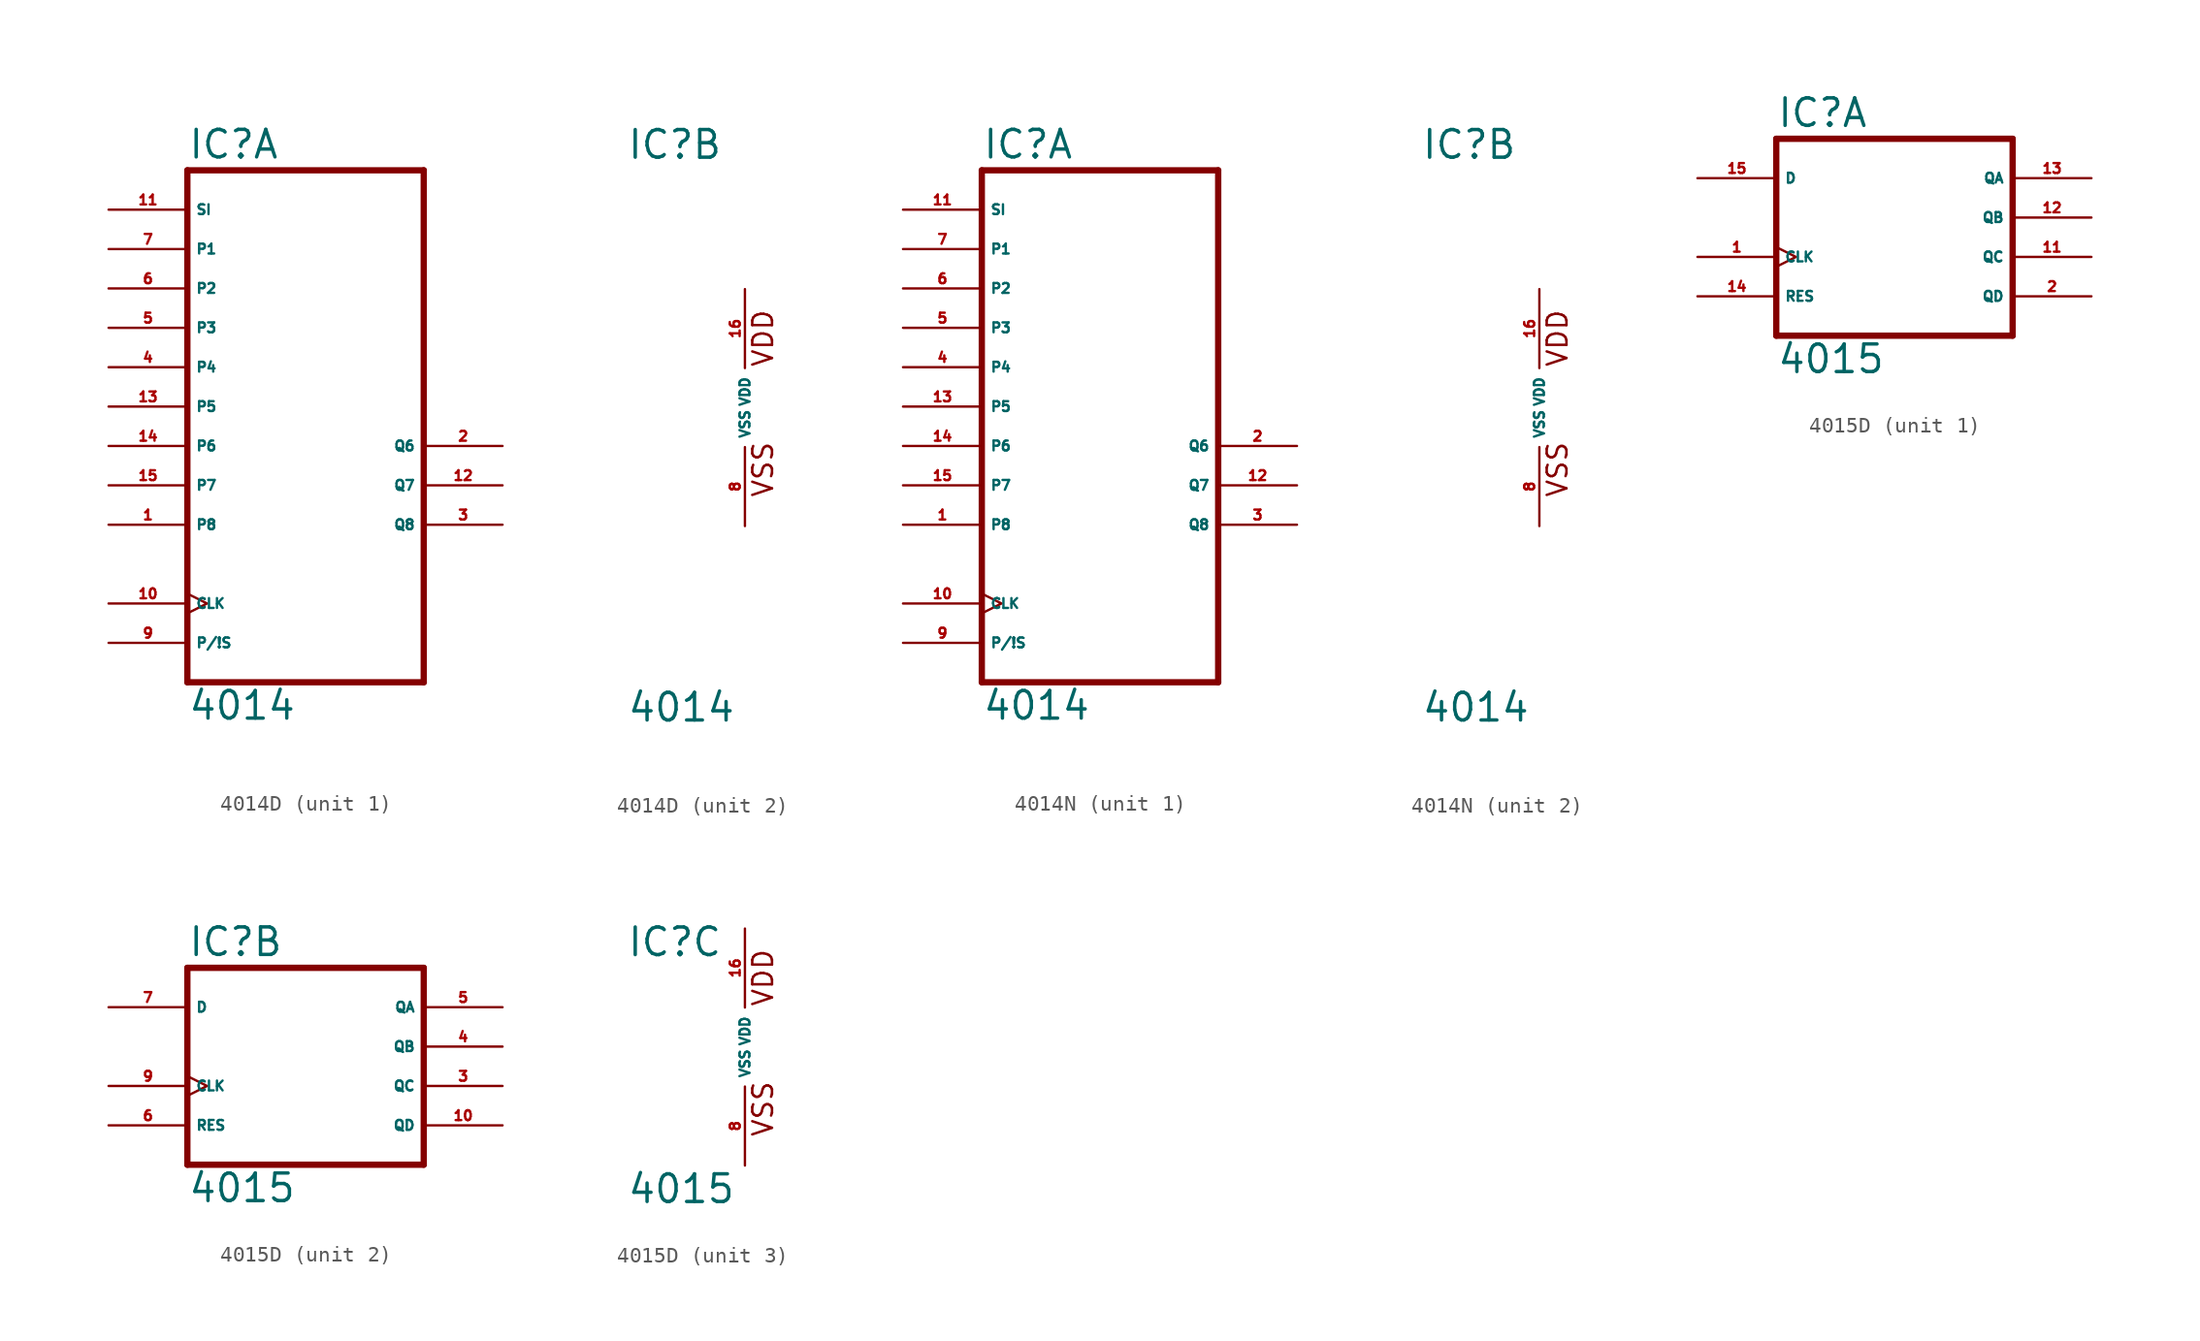
<source format=kicad_sym>
(kicad_symbol_lib
  (version 20220914)
  (generator Eagle2Kicad)
  (symbol "4014D"
    (property "Reference" "IC"
      (at -7.62 15.875 0)
      (effects (font (size 1.778 1.778) (thickness 0.22)) (justify left bottom)))
    (property "Value" "4014"
      (at -7.62 -20.32 0)
      (effects (font (size 1.778 1.778) (thickness 0.22)) (justify left bottom)))
    (symbol "4014D_1_0"
      (polyline (pts (xy -7.62 -17.78) (xy 7.62 -17.78)) (stroke (width 0.406) (type default)) (fill (type none)))
      (polyline (pts (xy 7.62 -17.78) (xy 7.62 15.24)) (stroke (width 0.406) (type default)) (fill (type none)))
      (polyline (pts (xy 7.62 15.24) (xy -7.62 15.24)) (stroke (width 0.406) (type default)) (fill (type none)))
      (polyline (pts (xy -7.62 15.24) (xy -7.62 -17.78)) (stroke (width 0.406) (type default)) (fill (type none)))
      (pin input line (at -12.7 -7.62 0) (length 5.08) (name "P8" (effects (font (size 0.635 0.635) (thickness 0.08)) (justify left bottom))) (number "1" (effects (font (size 0.635 0.635) (thickness 0.08)) (justify left bottom))))
      (pin output line (at 12.7 -2.54 180) (length 5.08) (name "Q6" (effects (font (size 0.635 0.635) (thickness 0.08)) (justify left bottom))) (number "2" (effects (font (size 0.635 0.635) (thickness 0.08)) (justify left bottom))))
      (pin output line (at 12.7 -7.62 180) (length 5.08) (name "Q8" (effects (font (size 0.635 0.635) (thickness 0.08)) (justify left bottom))) (number "3" (effects (font (size 0.635 0.635) (thickness 0.08)) (justify left bottom))))
      (pin input line (at -12.7 2.54 0) (length 5.08) (name "P4" (effects (font (size 0.635 0.635) (thickness 0.08)) (justify left bottom))) (number "4" (effects (font (size 0.635 0.635) (thickness 0.08)) (justify left bottom))))
      (pin input line (at -12.7 5.08 0) (length 5.08) (name "P3" (effects (font (size 0.635 0.635) (thickness 0.08)) (justify left bottom))) (number "5" (effects (font (size 0.635 0.635) (thickness 0.08)) (justify left bottom))))
      (pin input line (at -12.7 7.62 0) (length 5.08) (name "P2" (effects (font (size 0.635 0.635) (thickness 0.08)) (justify left bottom))) (number "6" (effects (font (size 0.635 0.635) (thickness 0.08)) (justify left bottom))))
      (pin input line (at -12.7 10.16 0) (length 5.08) (name "P1" (effects (font (size 0.635 0.635) (thickness 0.08)) (justify left bottom))) (number "7" (effects (font (size 0.635 0.635) (thickness 0.08)) (justify left bottom))))
      (pin input line (at -12.7 -15.24 0) (length 5.08) (name "P/!S" (effects (font (size 0.635 0.635) (thickness 0.08)) (justify left bottom))) (number "9" (effects (font (size 0.635 0.635) (thickness 0.08)) (justify left bottom))))
      (pin input clock (at -12.7 -12.7 0) (length 5.08) (name "CLK" (effects (font (size 0.635 0.635) (thickness 0.08)) (justify left bottom))) (number "10" (effects (font (size 0.635 0.635) (thickness 0.08)) (justify left bottom))))
      (pin input line (at -12.7 12.7 0) (length 5.08) (name "SI" (effects (font (size 0.635 0.635) (thickness 0.08)) (justify left bottom))) (number "11" (effects (font (size 0.635 0.635) (thickness 0.08)) (justify left bottom))))
      (pin output line (at 12.7 -5.08 180) (length 5.08) (name "Q7" (effects (font (size 0.635 0.635) (thickness 0.08)) (justify left bottom))) (number "12" (effects (font (size 0.635 0.635) (thickness 0.08)) (justify left bottom))))
      (pin input line (at -12.7 0 0) (length 5.08) (name "P5" (effects (font (size 0.635 0.635) (thickness 0.08)) (justify left bottom))) (number "13" (effects (font (size 0.635 0.635) (thickness 0.08)) (justify left bottom))))
      (pin input line (at -12.7 -2.54 0) (length 5.08) (name "P6" (effects (font (size 0.635 0.635) (thickness 0.08)) (justify left bottom))) (number "14" (effects (font (size 0.635 0.635) (thickness 0.08)) (justify left bottom))))
      (pin input line (at -12.7 -5.08 0) (length 5.08) (name "P7" (effects (font (size 0.635 0.635) (thickness 0.08)) (justify left bottom))) (number "15" (effects (font (size 0.635 0.635) (thickness 0.08)) (justify left bottom)))))
    (symbol "4014D_2_0"
      (text "VDD" (at 1.905 2.54 900) (effects (font (size 1.27 1.27) (thickness 0.16)) (justify left bottom)))
      (text "VSS" (at 1.905 -5.842 900) (effects (font (size 1.27 1.27) (thickness 0.16)) (justify left bottom)))
      (pin unspecified line (at 0 -7.62 90) (length 5.08) (name "VSS" (effects (font (size 0.635 0.635) (thickness 0.08)) (justify left bottom))) (number "8" (effects (font (size 0.635 0.635) (thickness 0.08)) (justify left bottom))))
      (pin unspecified line (at 0 7.62 270) (length 5.08) (name "VDD" (effects (font (size 0.635 0.635) (thickness 0.08)) (justify left bottom))) (number "16" (effects (font (size 0.635 0.635) (thickness 0.08)) (justify left bottom))))))
  (symbol "4014N"
    (property "Reference" "IC"
      (at -7.62 15.875 0)
      (effects (font (size 1.778 1.778) (thickness 0.22)) (justify left bottom)))
    (property "Value" "4014"
      (at -7.62 -20.32 0)
      (effects (font (size 1.778 1.778) (thickness 0.22)) (justify left bottom)))
    (symbol "4014N_1_0"
      (polyline (pts (xy -7.62 -17.78) (xy 7.62 -17.78)) (stroke (width 0.406) (type default)) (fill (type none)))
      (polyline (pts (xy 7.62 -17.78) (xy 7.62 15.24)) (stroke (width 0.406) (type default)) (fill (type none)))
      (polyline (pts (xy 7.62 15.24) (xy -7.62 15.24)) (stroke (width 0.406) (type default)) (fill (type none)))
      (polyline (pts (xy -7.62 15.24) (xy -7.62 -17.78)) (stroke (width 0.406) (type default)) (fill (type none)))
      (pin input line (at -12.7 -7.62 0) (length 5.08) (name "P8" (effects (font (size 0.635 0.635) (thickness 0.08)) (justify left bottom))) (number "1" (effects (font (size 0.635 0.635) (thickness 0.08)) (justify left bottom))))
      (pin output line (at 12.7 -2.54 180) (length 5.08) (name "Q6" (effects (font (size 0.635 0.635) (thickness 0.08)) (justify left bottom))) (number "2" (effects (font (size 0.635 0.635) (thickness 0.08)) (justify left bottom))))
      (pin output line (at 12.7 -7.62 180) (length 5.08) (name "Q8" (effects (font (size 0.635 0.635) (thickness 0.08)) (justify left bottom))) (number "3" (effects (font (size 0.635 0.635) (thickness 0.08)) (justify left bottom))))
      (pin input line (at -12.7 2.54 0) (length 5.08) (name "P4" (effects (font (size 0.635 0.635) (thickness 0.08)) (justify left bottom))) (number "4" (effects (font (size 0.635 0.635) (thickness 0.08)) (justify left bottom))))
      (pin input line (at -12.7 5.08 0) (length 5.08) (name "P3" (effects (font (size 0.635 0.635) (thickness 0.08)) (justify left bottom))) (number "5" (effects (font (size 0.635 0.635) (thickness 0.08)) (justify left bottom))))
      (pin input line (at -12.7 7.62 0) (length 5.08) (name "P2" (effects (font (size 0.635 0.635) (thickness 0.08)) (justify left bottom))) (number "6" (effects (font (size 0.635 0.635) (thickness 0.08)) (justify left bottom))))
      (pin input line (at -12.7 10.16 0) (length 5.08) (name "P1" (effects (font (size 0.635 0.635) (thickness 0.08)) (justify left bottom))) (number "7" (effects (font (size 0.635 0.635) (thickness 0.08)) (justify left bottom))))
      (pin input line (at -12.7 -15.24 0) (length 5.08) (name "P/!S" (effects (font (size 0.635 0.635) (thickness 0.08)) (justify left bottom))) (number "9" (effects (font (size 0.635 0.635) (thickness 0.08)) (justify left bottom))))
      (pin input clock (at -12.7 -12.7 0) (length 5.08) (name "CLK" (effects (font (size 0.635 0.635) (thickness 0.08)) (justify left bottom))) (number "10" (effects (font (size 0.635 0.635) (thickness 0.08)) (justify left bottom))))
      (pin input line (at -12.7 12.7 0) (length 5.08) (name "SI" (effects (font (size 0.635 0.635) (thickness 0.08)) (justify left bottom))) (number "11" (effects (font (size 0.635 0.635) (thickness 0.08)) (justify left bottom))))
      (pin output line (at 12.7 -5.08 180) (length 5.08) (name "Q7" (effects (font (size 0.635 0.635) (thickness 0.08)) (justify left bottom))) (number "12" (effects (font (size 0.635 0.635) (thickness 0.08)) (justify left bottom))))
      (pin input line (at -12.7 0 0) (length 5.08) (name "P5" (effects (font (size 0.635 0.635) (thickness 0.08)) (justify left bottom))) (number "13" (effects (font (size 0.635 0.635) (thickness 0.08)) (justify left bottom))))
      (pin input line (at -12.7 -2.54 0) (length 5.08) (name "P6" (effects (font (size 0.635 0.635) (thickness 0.08)) (justify left bottom))) (number "14" (effects (font (size 0.635 0.635) (thickness 0.08)) (justify left bottom))))
      (pin input line (at -12.7 -5.08 0) (length 5.08) (name "P7" (effects (font (size 0.635 0.635) (thickness 0.08)) (justify left bottom))) (number "15" (effects (font (size 0.635 0.635) (thickness 0.08)) (justify left bottom)))))
    (symbol "4014N_2_0"
      (text "VDD" (at 1.905 2.54 900) (effects (font (size 1.27 1.27) (thickness 0.16)) (justify left bottom)))
      (text "VSS" (at 1.905 -5.842 900) (effects (font (size 1.27 1.27) (thickness 0.16)) (justify left bottom)))
      (pin unspecified line (at 0 -7.62 90) (length 5.08) (name "VSS" (effects (font (size 0.635 0.635) (thickness 0.08)) (justify left bottom))) (number "8" (effects (font (size 0.635 0.635) (thickness 0.08)) (justify left bottom))))
      (pin unspecified line (at 0 7.62 270) (length 5.08) (name "VDD" (effects (font (size 0.635 0.635) (thickness 0.08)) (justify left bottom))) (number "16" (effects (font (size 0.635 0.635) (thickness 0.08)) (justify left bottom))))))
  (symbol "4015D"
    (property "Reference" "IC"
      (at -7.62 5.715 0)
      (effects (font (size 1.778 1.778) (thickness 0.22)) (justify left bottom)))
    (property "Value" "4015"
      (at -7.62 -10.16 0)
      (effects (font (size 1.778 1.778) (thickness 0.22)) (justify left bottom)))
    (symbol "4015D_1_0"
      (polyline (pts (xy -7.62 -7.62) (xy 7.62 -7.62)) (stroke (width 0.406) (type default)) (fill (type none)))
      (polyline (pts (xy 7.62 -7.62) (xy 7.62 5.08)) (stroke (width 0.406) (type default)) (fill (type none)))
      (polyline (pts (xy 7.62 5.08) (xy -7.62 5.08)) (stroke (width 0.406) (type default)) (fill (type none)))
      (polyline (pts (xy -7.62 5.08) (xy -7.62 -7.62)) (stroke (width 0.406) (type default)) (fill (type none)))
      (pin input clock (at -12.7 -2.54 0) (length 5.08) (name "CLK" (effects (font (size 0.635 0.635) (thickness 0.08)) (justify left bottom))) (number "1" (effects (font (size 0.635 0.635) (thickness 0.08)) (justify left bottom))))
      (pin output line (at 12.7 -5.08 180) (length 5.08) (name "QD" (effects (font (size 0.635 0.635) (thickness 0.08)) (justify left bottom))) (number "2" (effects (font (size 0.635 0.635) (thickness 0.08)) (justify left bottom))))
      (pin output line (at 12.7 -2.54 180) (length 5.08) (name "QC" (effects (font (size 0.635 0.635) (thickness 0.08)) (justify left bottom))) (number "11" (effects (font (size 0.635 0.635) (thickness 0.08)) (justify left bottom))))
      (pin output line (at 12.7 0 180) (length 5.08) (name "QB" (effects (font (size 0.635 0.635) (thickness 0.08)) (justify left bottom))) (number "12" (effects (font (size 0.635 0.635) (thickness 0.08)) (justify left bottom))))
      (pin output line (at 12.7 2.54 180) (length 5.08) (name "QA" (effects (font (size 0.635 0.635) (thickness 0.08)) (justify left bottom))) (number "13" (effects (font (size 0.635 0.635) (thickness 0.08)) (justify left bottom))))
      (pin input line (at -12.7 -5.08 0) (length 5.08) (name "RES" (effects (font (size 0.635 0.635) (thickness 0.08)) (justify left bottom))) (number "14" (effects (font (size 0.635 0.635) (thickness 0.08)) (justify left bottom))))
      (pin input line (at -12.7 2.54 0) (length 5.08) (name "D" (effects (font (size 0.635 0.635) (thickness 0.08)) (justify left bottom))) (number "15" (effects (font (size 0.635 0.635) (thickness 0.08)) (justify left bottom)))))
    (symbol "4015D_2_0"
      (polyline (pts (xy -7.62 -7.62) (xy 7.62 -7.62)) (stroke (width 0.406) (type default)) (fill (type none)))
      (polyline (pts (xy 7.62 -7.62) (xy 7.62 5.08)) (stroke (width 0.406) (type default)) (fill (type none)))
      (polyline (pts (xy 7.62 5.08) (xy -7.62 5.08)) (stroke (width 0.406) (type default)) (fill (type none)))
      (polyline (pts (xy -7.62 5.08) (xy -7.62 -7.62)) (stroke (width 0.406) (type default)) (fill (type none)))
      (pin input clock (at -12.7 -2.54 0) (length 5.08) (name "CLK" (effects (font (size 0.635 0.635) (thickness 0.08)) (justify left bottom))) (number "9" (effects (font (size 0.635 0.635) (thickness 0.08)) (justify left bottom))))
      (pin output line (at 12.7 -5.08 180) (length 5.08) (name "QD" (effects (font (size 0.635 0.635) (thickness 0.08)) (justify left bottom))) (number "10" (effects (font (size 0.635 0.635) (thickness 0.08)) (justify left bottom))))
      (pin output line (at 12.7 -2.54 180) (length 5.08) (name "QC" (effects (font (size 0.635 0.635) (thickness 0.08)) (justify left bottom))) (number "3" (effects (font (size 0.635 0.635) (thickness 0.08)) (justify left bottom))))
      (pin output line (at 12.7 0 180) (length 5.08) (name "QB" (effects (font (size 0.635 0.635) (thickness 0.08)) (justify left bottom))) (number "4" (effects (font (size 0.635 0.635) (thickness 0.08)) (justify left bottom))))
      (pin output line (at 12.7 2.54 180) (length 5.08) (name "QA" (effects (font (size 0.635 0.635) (thickness 0.08)) (justify left bottom))) (number "5" (effects (font (size 0.635 0.635) (thickness 0.08)) (justify left bottom))))
      (pin input line (at -12.7 -5.08 0) (length 5.08) (name "RES" (effects (font (size 0.635 0.635) (thickness 0.08)) (justify left bottom))) (number "6" (effects (font (size 0.635 0.635) (thickness 0.08)) (justify left bottom))))
      (pin input line (at -12.7 2.54 0) (length 5.08) (name "D" (effects (font (size 0.635 0.635) (thickness 0.08)) (justify left bottom))) (number "7" (effects (font (size 0.635 0.635) (thickness 0.08)) (justify left bottom)))))
    (symbol "4015D_3_0"
      (text "VDD" (at 1.905 2.54 900) (effects (font (size 1.27 1.27) (thickness 0.16)) (justify left bottom)))
      (text "VSS" (at 1.905 -5.842 900) (effects (font (size 1.27 1.27) (thickness 0.16)) (justify left bottom)))
      (pin unspecified line (at 0 -7.62 90) (length 5.08) (name "VSS" (effects (font (size 0.635 0.635) (thickness 0.08)) (justify left bottom))) (number "8" (effects (font (size 0.635 0.635) (thickness 0.08)) (justify left bottom))))
      (pin unspecified line (at 0 7.62 270) (length 5.08) (name "VDD" (effects (font (size 0.635 0.635) (thickness 0.08)) (justify left bottom))) (number "16" (effects (font (size 0.635 0.635) (thickness 0.08)) (justify left bottom)))))))
</source>
